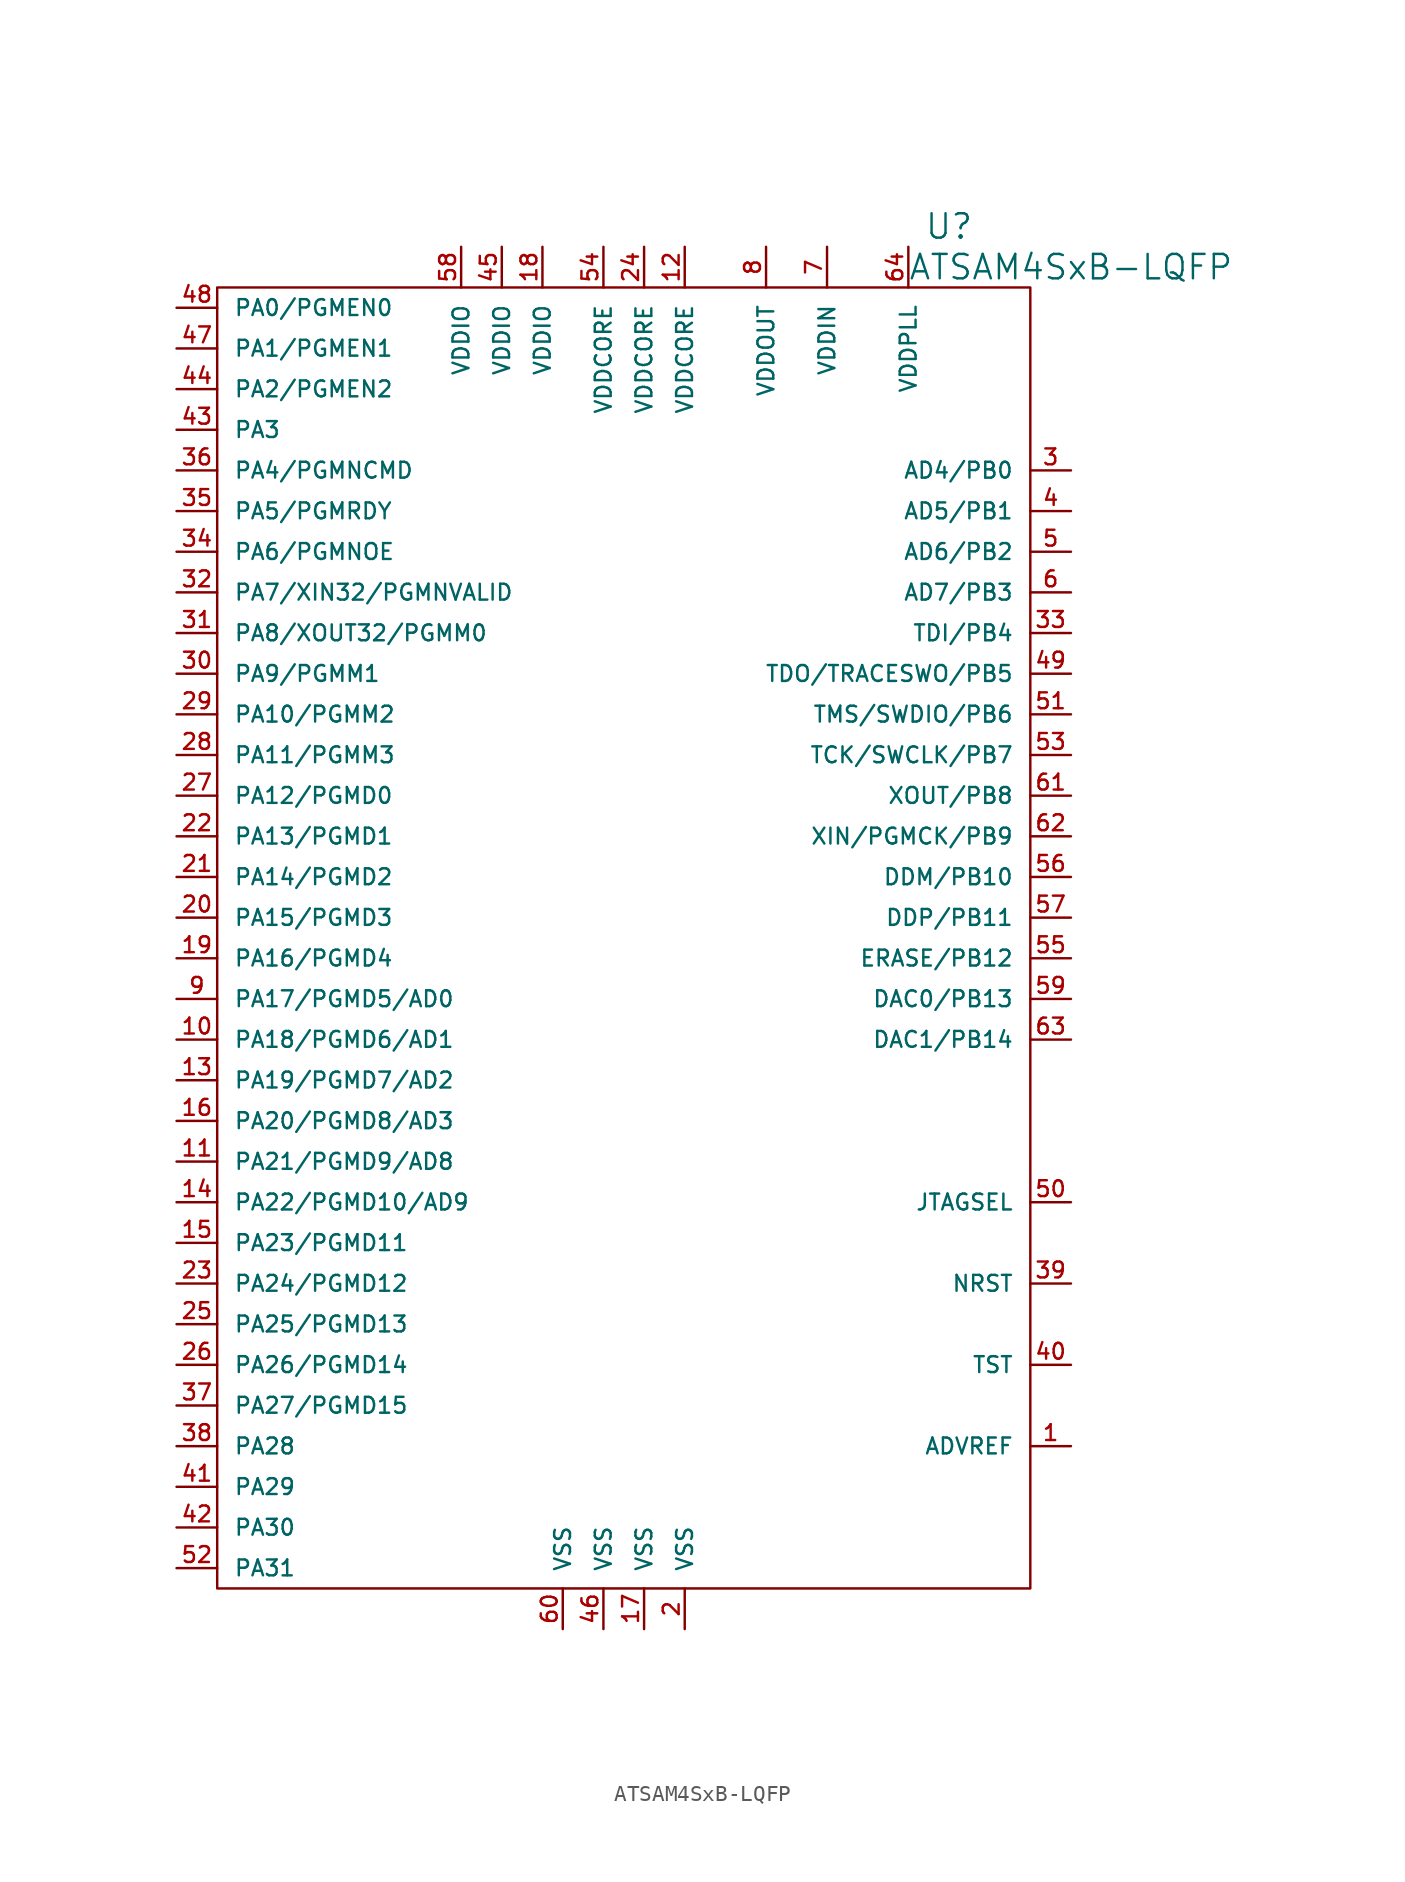
<source format=kicad_sym>
(kicad_symbol_lib
  (version 20220914)
  (generator kicad_symbol_editor)
  (symbol "ATSAM4SxB-LQFP"
    (pin_names
      (offset 1.016))
    (property "Reference" "U"
      (at 20.32 44.45 0)
      (effects (font (size 1.524 1.524))))
    (property "Value" "ATSAM4SxB-LQFP"
      (at 27.94 41.91 0)
      (effects (font (size 1.524 1.524))))
    (property "Footprint" ""
      (at 0 0 0)
      (effects (font (size 1.524 1.524))))
    (property "Datasheet" ""
      (at 0 0 0)
      (effects (font (size 1.524 1.524))))
    (symbol "ATSAM4SxB-LQFP_0_1"
      (rectangle (start -25.4 40.64) (end 25.4 -40.64) (stroke (width 0) (type solid)) (fill (type none))))
    (symbol "ATSAM4SxB-LQFP_1_1"
      (pin passive line (at 27.94 -31.75 180) (length 2.54) (name "ADVREF" (effects (font (size 0.991 0.991)))) (number "1" (effects (font (size 0.991 0.991)))))
      (pin passive line (at -27.94 -6.35 0) (length 2.54) (name "PA18/PGMD6/AD1" (effects (font (size 0.991 0.991)))) (number "10" (effects (font (size 0.991 0.991)))))
      (pin passive line (at -27.94 -13.97 0) (length 2.54) (name "PA21/PGMD9/AD8" (effects (font (size 0.991 0.991)))) (number "11" (effects (font (size 0.991 0.991)))))
      (pin passive line (at 3.81 43.18 270) (length 2.54) (name "VDDCORE" (effects (font (size 0.991 0.991)))) (number "12" (effects (font (size 0.991 0.991)))))
      (pin passive line (at -27.94 -8.89 0) (length 2.54) (name "PA19/PGMD7/AD2" (effects (font (size 0.991 0.991)))) (number "13" (effects (font (size 0.991 0.991)))))
      (pin passive line (at -27.94 -16.51 0) (length 2.54) (name "PA22/PGMD10/AD9" (effects (font (size 0.991 0.991)))) (number "14" (effects (font (size 0.991 0.991)))))
      (pin passive line (at -27.94 -19.05 0) (length 2.54) (name "PA23/PGMD11" (effects (font (size 0.991 0.991)))) (number "15" (effects (font (size 0.991 0.991)))))
      (pin passive line (at -27.94 -11.43 0) (length 2.54) (name "PA20/PGMD8/AD3" (effects (font (size 0.991 0.991)))) (number "16" (effects (font (size 0.991 0.991)))))
      (pin passive line (at 1.27 -43.18 90) (length 2.54) (name "VSS" (effects (font (size 0.991 0.991)))) (number "17" (effects (font (size 0.991 0.991)))))
      (pin passive line (at -5.08 43.18 270) (length 2.54) (name "VDDIO" (effects (font (size 0.991 0.991)))) (number "18" (effects (font (size 0.991 0.991)))))
      (pin passive line (at -27.94 -1.27 0) (length 2.54) (name "PA16/PGMD4" (effects (font (size 0.991 0.991)))) (number "19" (effects (font (size 0.991 0.991)))))
      (pin passive line (at 3.81 -43.18 90) (length 2.54) (name "VSS" (effects (font (size 0.991 0.991)))) (number "2" (effects (font (size 0.991 0.991)))))
      (pin passive line (at -27.94 1.27 0) (length 2.54) (name "PA15/PGMD3" (effects (font (size 0.991 0.991)))) (number "20" (effects (font (size 0.991 0.991)))))
      (pin passive line (at -27.94 3.81 0) (length 2.54) (name "PA14/PGMD2" (effects (font (size 0.991 0.991)))) (number "21" (effects (font (size 0.991 0.991)))))
      (pin passive line (at -27.94 6.35 0) (length 2.54) (name "PA13/PGMD1" (effects (font (size 0.991 0.991)))) (number "22" (effects (font (size 0.991 0.991)))))
      (pin passive line (at -27.94 -21.59 0) (length 2.54) (name "PA24/PGMD12" (effects (font (size 0.991 0.991)))) (number "23" (effects (font (size 0.991 0.991)))))
      (pin passive line (at 1.27 43.18 270) (length 2.54) (name "VDDCORE" (effects (font (size 0.991 0.991)))) (number "24" (effects (font (size 0.991 0.991)))))
      (pin passive line (at -27.94 -24.13 0) (length 2.54) (name "PA25/PGMD13" (effects (font (size 0.991 0.991)))) (number "25" (effects (font (size 0.991 0.991)))))
      (pin passive line (at -27.94 -26.67 0) (length 2.54) (name "PA26/PGMD14" (effects (font (size 0.991 0.991)))) (number "26" (effects (font (size 0.991 0.991)))))
      (pin passive line (at -27.94 8.89 0) (length 2.54) (name "PA12/PGMD0" (effects (font (size 0.991 0.991)))) (number "27" (effects (font (size 0.991 0.991)))))
      (pin passive line (at -27.94 11.43 0) (length 2.54) (name "PA11/PGMM3" (effects (font (size 0.991 0.991)))) (number "28" (effects (font (size 0.991 0.991)))))
      (pin passive line (at -27.94 13.97 0) (length 2.54) (name "PA10/PGMM2" (effects (font (size 0.991 0.991)))) (number "29" (effects (font (size 0.991 0.991)))))
      (pin passive line (at 27.94 29.21 180) (length 2.54) (name "AD4/PB0" (effects (font (size 0.991 0.991)))) (number "3" (effects (font (size 0.991 0.991)))))
      (pin passive line (at -27.94 16.51 0) (length 2.54) (name "PA9/PGMM1" (effects (font (size 0.991 0.991)))) (number "30" (effects (font (size 0.991 0.991)))))
      (pin passive line (at -27.94 19.05 0) (length 2.54) (name "PA8/XOUT32/PGMM0" (effects (font (size 0.991 0.991)))) (number "31" (effects (font (size 0.991 0.991)))))
      (pin passive line (at -27.94 21.59 0) (length 2.54) (name "PA7/XIN32/PGMNVALID" (effects (font (size 0.991 0.991)))) (number "32" (effects (font (size 0.991 0.991)))))
      (pin passive line (at 27.94 19.05 180) (length 2.54) (name "TDI/PB4" (effects (font (size 0.991 0.991)))) (number "33" (effects (font (size 0.991 0.991)))))
      (pin passive line (at -27.94 24.13 0) (length 2.54) (name "PA6/PGMNOE" (effects (font (size 0.991 0.991)))) (number "34" (effects (font (size 0.991 0.991)))))
      (pin passive line (at -27.94 26.67 0) (length 2.54) (name "PA5/PGMRDY" (effects (font (size 0.991 0.991)))) (number "35" (effects (font (size 0.991 0.991)))))
      (pin passive line (at -27.94 29.21 0) (length 2.54) (name "PA4/PGMNCMD" (effects (font (size 0.991 0.991)))) (number "36" (effects (font (size 0.991 0.991)))))
      (pin passive line (at -27.94 -29.21 0) (length 2.54) (name "PA27/PGMD15" (effects (font (size 0.991 0.991)))) (number "37" (effects (font (size 0.991 0.991)))))
      (pin passive line (at -27.94 -31.75 0) (length 2.54) (name "PA28" (effects (font (size 0.991 0.991)))) (number "38" (effects (font (size 0.991 0.991)))))
      (pin passive line (at 27.94 -21.59 180) (length 2.54) (name "NRST" (effects (font (size 0.991 0.991)))) (number "39" (effects (font (size 0.991 0.991)))))
      (pin passive line (at 27.94 26.67 180) (length 2.54) (name "AD5/PB1" (effects (font (size 0.991 0.991)))) (number "4" (effects (font (size 0.991 0.991)))))
      (pin passive line (at 27.94 -26.67 180) (length 2.54) (name "TST" (effects (font (size 0.991 0.991)))) (number "40" (effects (font (size 0.991 0.991)))))
      (pin passive line (at -27.94 -34.29 0) (length 2.54) (name "PA29" (effects (font (size 0.991 0.991)))) (number "41" (effects (font (size 0.991 0.991)))))
      (pin passive line (at -27.94 -36.83 0) (length 2.54) (name "PA30" (effects (font (size 0.991 0.991)))) (number "42" (effects (font (size 0.991 0.991)))))
      (pin passive line (at -27.94 31.75 0) (length 2.54) (name "PA3" (effects (font (size 0.991 0.991)))) (number "43" (effects (font (size 0.991 0.991)))))
      (pin passive line (at -27.94 34.29 0) (length 2.54) (name "PA2/PGMEN2" (effects (font (size 0.991 0.991)))) (number "44" (effects (font (size 0.991 0.991)))))
      (pin passive line (at -7.62 43.18 270) (length 2.54) (name "VDDIO" (effects (font (size 0.991 0.991)))) (number "45" (effects (font (size 0.991 0.991)))))
      (pin passive line (at -1.27 -43.18 90) (length 2.54) (name "VSS" (effects (font (size 0.991 0.991)))) (number "46" (effects (font (size 0.991 0.991)))))
      (pin passive line (at -27.94 36.83 0) (length 2.54) (name "PA1/PGMEN1" (effects (font (size 0.991 0.991)))) (number "47" (effects (font (size 0.991 0.991)))))
      (pin passive line (at -27.94 39.37 0) (length 2.54) (name "PA0/PGMEN0" (effects (font (size 0.991 0.991)))) (number "48" (effects (font (size 0.991 0.991)))))
      (pin passive line (at 27.94 16.51 180) (length 2.54) (name "TDO/TRACESWO/PB5" (effects (font (size 0.991 0.991)))) (number "49" (effects (font (size 0.991 0.991)))))
      (pin passive line (at 27.94 24.13 180) (length 2.54) (name "AD6/PB2" (effects (font (size 0.991 0.991)))) (number "5" (effects (font (size 0.991 0.991)))))
      (pin passive line (at 27.94 -16.51 180) (length 2.54) (name "JTAGSEL" (effects (font (size 0.991 0.991)))) (number "50" (effects (font (size 0.991 0.991)))))
      (pin passive line (at 27.94 13.97 180) (length 2.54) (name "TMS/SWDIO/PB6" (effects (font (size 0.991 0.991)))) (number "51" (effects (font (size 0.991 0.991)))))
      (pin passive line (at -27.94 -39.37 0) (length 2.54) (name "PA31" (effects (font (size 0.991 0.991)))) (number "52" (effects (font (size 0.991 0.991)))))
      (pin passive line (at 27.94 11.43 180) (length 2.54) (name "TCK/SWCLK/PB7" (effects (font (size 0.991 0.991)))) (number "53" (effects (font (size 0.991 0.991)))))
      (pin passive line (at -1.27 43.18 270) (length 2.54) (name "VDDCORE" (effects (font (size 0.991 0.991)))) (number "54" (effects (font (size 0.991 0.991)))))
      (pin passive line (at 27.94 -1.27 180) (length 2.54) (name "ERASE/PB12" (effects (font (size 0.991 0.991)))) (number "55" (effects (font (size 0.991 0.991)))))
      (pin passive line (at 27.94 3.81 180) (length 2.54) (name "DDM/PB10" (effects (font (size 0.991 0.991)))) (number "56" (effects (font (size 0.991 0.991)))))
      (pin passive line (at 27.94 1.27 180) (length 2.54) (name "DDP/PB11" (effects (font (size 0.991 0.991)))) (number "57" (effects (font (size 0.991 0.991)))))
      (pin passive line (at -10.16 43.18 270) (length 2.54) (name "VDDIO" (effects (font (size 0.991 0.991)))) (number "58" (effects (font (size 0.991 0.991)))))
      (pin passive line (at 27.94 -3.81 180) (length 2.54) (name "DAC0/PB13" (effects (font (size 0.991 0.991)))) (number "59" (effects (font (size 0.991 0.991)))))
      (pin passive line (at 27.94 21.59 180) (length 2.54) (name "AD7/PB3" (effects (font (size 0.991 0.991)))) (number "6" (effects (font (size 0.991 0.991)))))
      (pin passive line (at -3.81 -43.18 90) (length 2.54) (name "VSS" (effects (font (size 0.991 0.991)))) (number "60" (effects (font (size 0.991 0.991)))))
      (pin passive line (at 27.94 8.89 180) (length 2.54) (name "XOUT/PB8" (effects (font (size 0.991 0.991)))) (number "61" (effects (font (size 0.991 0.991)))))
      (pin passive line (at 27.94 6.35 180) (length 2.54) (name "XIN/PGMCK/PB9" (effects (font (size 0.991 0.991)))) (number "62" (effects (font (size 0.991 0.991)))))
      (pin passive line (at 27.94 -6.35 180) (length 2.54) (name "DAC1/PB14" (effects (font (size 0.991 0.991)))) (number "63" (effects (font (size 0.991 0.991)))))
      (pin passive line (at 17.78 43.18 270) (length 2.54) (name "VDDPLL" (effects (font (size 0.991 0.991)))) (number "64" (effects (font (size 0.991 0.991)))))
      (pin passive line (at 12.7 43.18 270) (length 2.54) (name "VDDIN" (effects (font (size 0.991 0.991)))) (number "7" (effects (font (size 0.991 0.991)))))
      (pin passive line (at 8.89 43.18 270) (length 2.54) (name "VDDOUT" (effects (font (size 0.991 0.991)))) (number "8" (effects (font (size 0.991 0.991)))))
      (pin passive line (at -27.94 -3.81 0) (length 2.54) (name "PA17/PGMD5/AD0" (effects (font (size 0.991 0.991)))) (number "9" (effects (font (size 0.991 0.991))))))))
</source>
